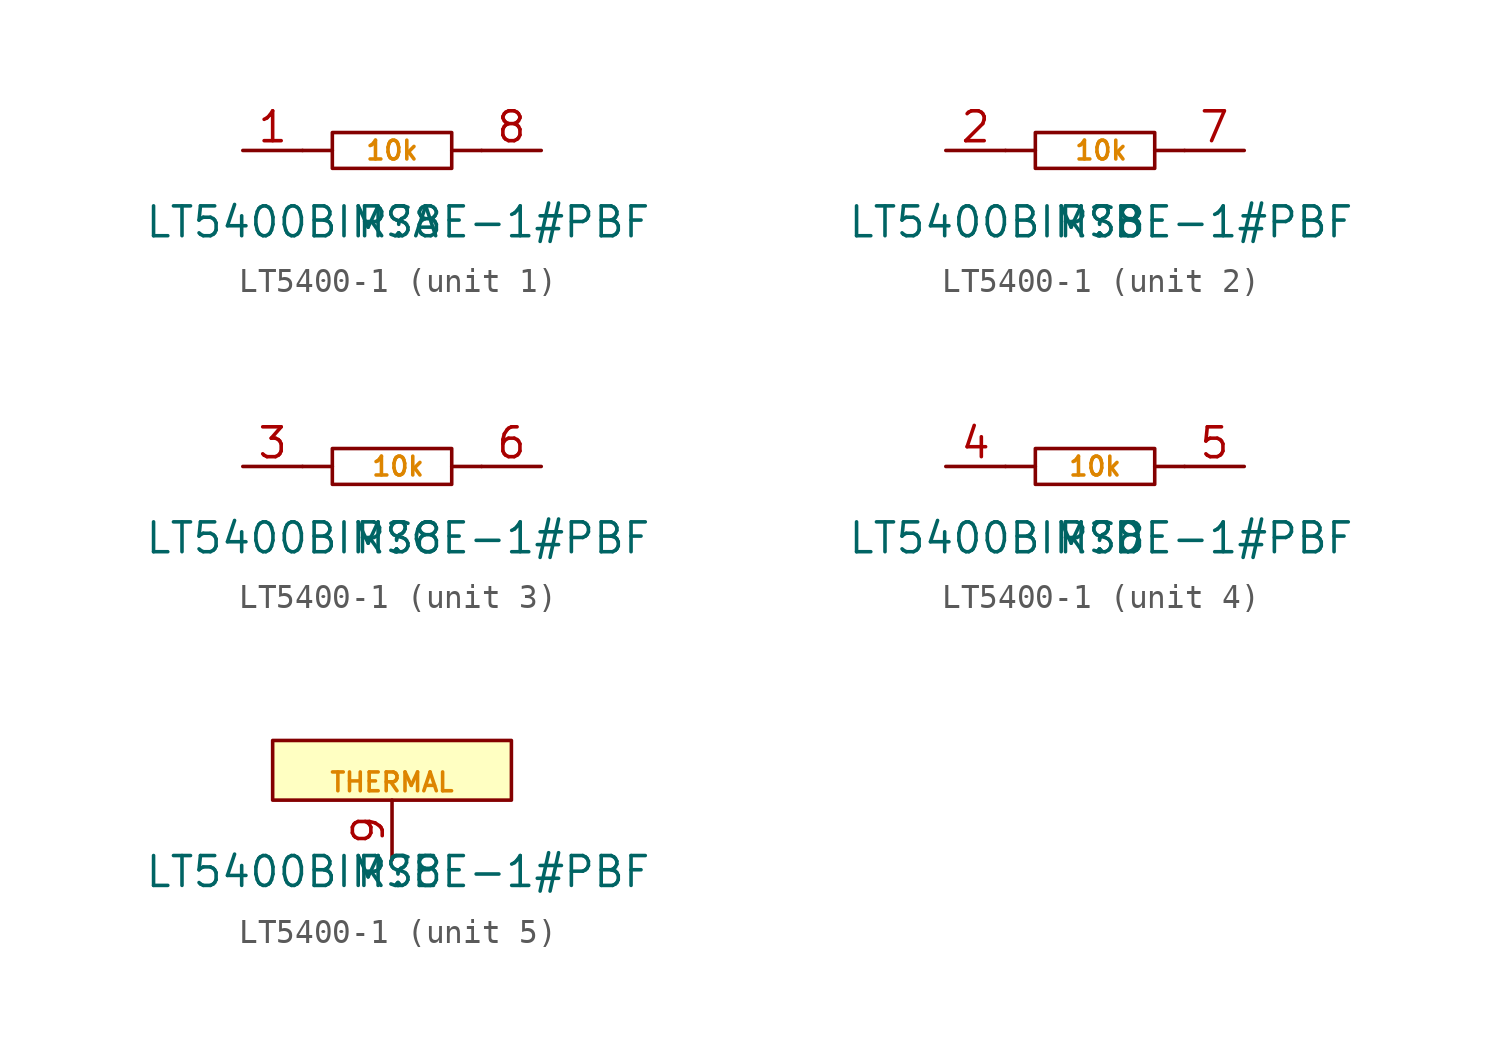
<source format=kicad_sym>
(kicad_symbol_lib
  (version 20231120)
  (generator "kicad_symbol_editor")
  (generator_version "8.0")
  (symbol "LT5400-1"
    (property "Reference" "R"
      (at 0.254 -3.048 0)
      (effects (font (size 1.27 1.27))))
    (property "Value" " LT5400BIMS8E-1#PBF"
      (at 0.254 -3.048 0)
      (effects (font (size 1.27 1.27))))
    (symbol "LT5400-1_1_1"
      (rectangle (start -2.54 0.762) (end 2.54 -0.762) (stroke (width 0) (type default)) (fill (type none)))
      (polyline (pts (xy -3.81 0) (xy -2.54 0)) (stroke (width 0) (type default)) (fill (type none)))
      (polyline (pts (xy 2.54 0) (xy 3.81 0)) (stroke (width 0) (type default)) (fill (type none)))
      (text "10k" (at 0 0 0) (effects (font (size 0.8 0.8) (color 221 133 0 1))))
      (pin passive line (at -6.35 0 0) (length 2.54) (name "" (effects (font (size 1.27 1.27)))) (number "1" (effects (font (size 1.27 1.27)))))
      (pin passive line (at 6.35 0 180) (length 2.54) (name "" (effects (font (size 1.27 1.27)))) (number "8" (effects (font (size 1.27 1.27))))))
    (symbol "LT5400-1_2_1"
      (rectangle (start -2.54 0.762) (end 2.54 -0.762) (stroke (width 0) (type default)) (fill (type none)))
      (polyline (pts (xy -3.81 0) (xy -2.54 0)) (stroke (width 0) (type default)) (fill (type none)))
      (polyline (pts (xy 2.54 0) (xy 3.81 0)) (stroke (width 0) (type default)) (fill (type none)))
      (text "10k" (at 0.254 0 0) (effects (font (size 0.8 0.8) (color 221 133 0 1))))
      (pin passive line (at -6.35 0 0) (length 2.54) (name "" (effects (font (size 1.27 1.27)))) (number "2" (effects (font (size 1.27 1.27)))))
      (pin passive line (at 6.35 0 180) (length 2.54) (name "" (effects (font (size 1.27 1.27)))) (number "7" (effects (font (size 1.27 1.27))))))
    (symbol "LT5400-1_3_1"
      (rectangle (start -2.54 0.762) (end 2.54 -0.762) (stroke (width 0) (type default)) (fill (type none)))
      (polyline (pts (xy -3.81 0) (xy -2.54 0)) (stroke (width 0) (type default)) (fill (type none)))
      (polyline (pts (xy 2.54 0) (xy 3.81 0)) (stroke (width 0) (type default)) (fill (type none)))
      (text "10k" (at 0.254 0 0) (effects (font (size 0.8 0.8) (color 221 133 0 1))))
      (pin passive line (at -6.35 0 0) (length 2.54) (name "" (effects (font (size 1.27 1.27)))) (number "3" (effects (font (size 1.27 1.27)))))
      (pin passive line (at 6.35 0 180) (length 2.54) (name "" (effects (font (size 1.27 1.27)))) (number "6" (effects (font (size 1.27 1.27))))))
    (symbol "LT5400-1_4_1"
      (rectangle (start -2.54 0.762) (end 2.54 -0.762) (stroke (width 0) (type default)) (fill (type none)))
      (polyline (pts (xy -3.81 0) (xy -2.54 0)) (stroke (width 0) (type default)) (fill (type none)))
      (polyline (pts (xy 2.54 0) (xy 3.81 0)) (stroke (width 0) (type default)) (fill (type none)))
      (text "10k" (at 0 0 0) (effects (font (size 0.8 0.8) (color 221 133 0 1))))
      (pin passive line (at -6.35 0 0) (length 2.54) (name "" (effects (font (size 1.27 1.27)))) (number "4" (effects (font (size 1.27 1.27)))))
      (pin passive line (at 6.35 0 180) (length 2.54) (name "" (effects (font (size 1.27 1.27)))) (number "5" (effects (font (size 1.27 1.27))))))
    (symbol "LT5400-1_5_1"
      (rectangle (start -5.08 2.54) (end 5.08 0) (stroke (width 0) (type default)) (fill (type background)))
      (text "THERMAL" (at 0 0.762 0) (effects (font (size 0.8 0.8) (color 221 133 0 1))))
      (pin passive line (at 0 -2.54 90) (length 2.54) (name "" (effects (font (size 1.27 1.27)))) (number "9" (effects (font (size 1.27 1.27))))))))
</source>
